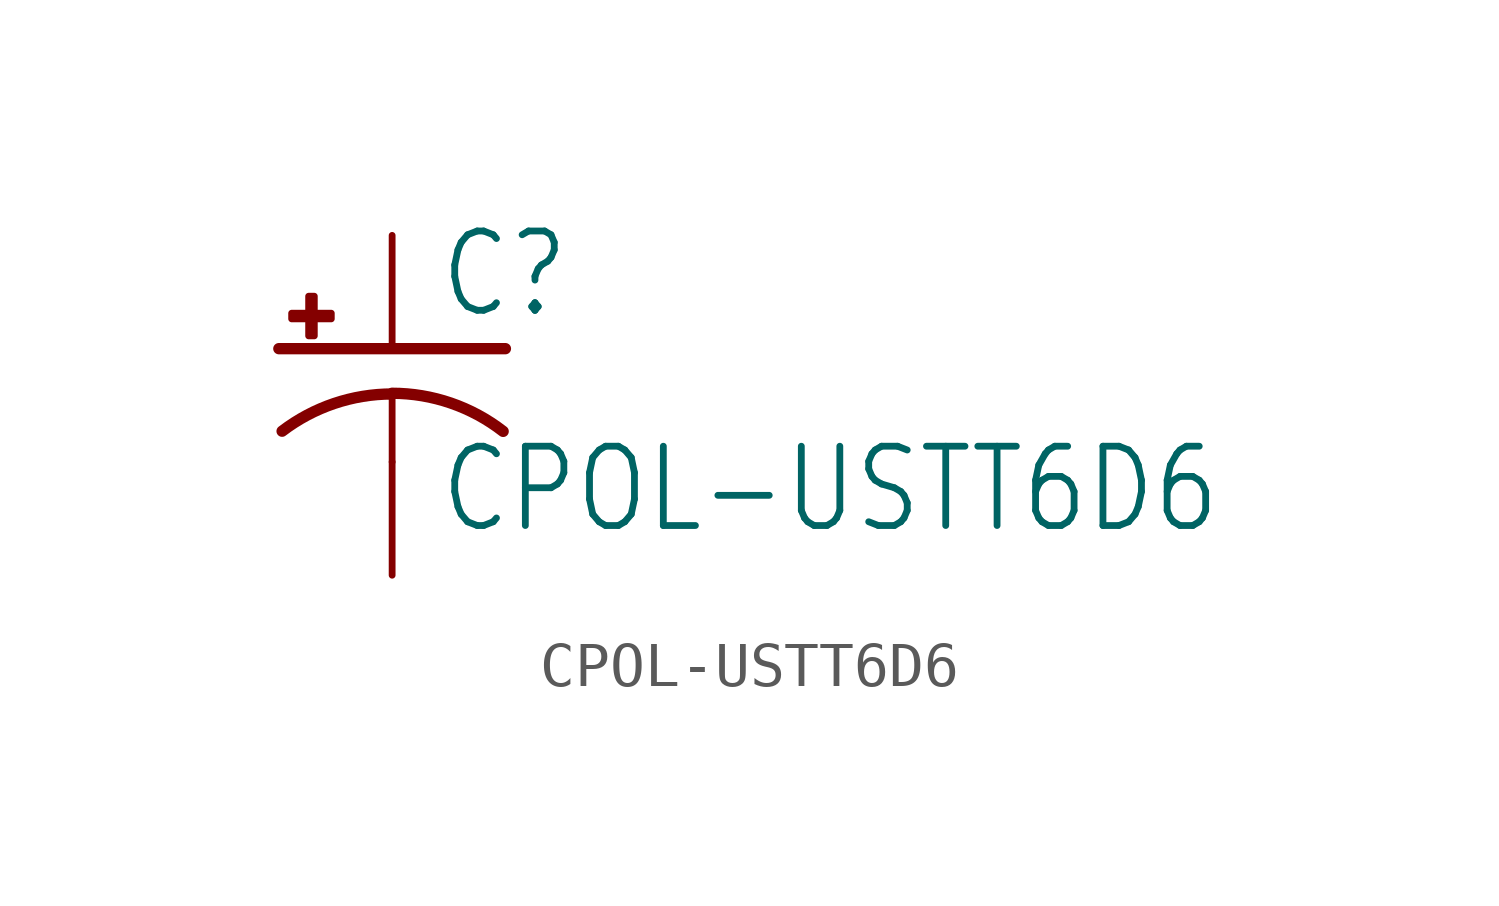
<source format=kicad_sym>
(kicad_symbol_lib
  (version 20211014)
  (generator kicad_symbol_editor)
  (symbol "CPOL-USTT6D6"
    (property "Reference" "C"
      (at 1.016 0.635 0)
      (effects (font (size 1.778 1.511)) (justify left bottom)))
    (property "Value" "CPOL-USTT6D6"
      (at 1.016 -4.191 0)
      (effects (font (size 1.778 1.511)) (justify left bottom)))
    (property "ki_locked" ""
      (at 0 0 0)
      (effects (font (size 1.27 1.27))))
    (symbol "CPOL-USTT6D6_1_0"
      (rectangle (start -2.253 0.668) (end -1.364 0.795) (stroke (width 0) (type default) (color 0 0 0 0)) (fill (type outline)))
      (rectangle (start -1.872 0.287) (end -1.745 1.176) (stroke (width 0) (type default) (color 0 0 0 0)) (fill (type outline)))
      (arc (start 0 -1.0161) (mid -1.3021 -1.2302) (end -2.4669 -1.8504) (stroke (width 0.254) (type default) (color 0 0 0 0)) (fill (type none)))
      (polyline (pts (xy -2.54 0) (xy 2.54 0)) (stroke (width 0.254) (type default) (color 0 0 0 0)) (fill (type none)))
      (polyline (pts (xy 0 -1.016) (xy 0 -2.54)) (stroke (width 0.152) (type default) (color 0 0 0 0)) (fill (type none)))
      (arc (start 2.4892 -1.8542) (mid 1.3158 -1.2195) (end 0 -1) (stroke (width 0.254) (type default) (color 0 0 0 0)) (fill (type none)))
      (pin passive line (at 0 2.54 270) (length 2.54) (name "+" (effects (font (size 0 0)))) (number "+" (effects (font (size 0 0)))))
      (pin passive line (at 0 -5.08 90) (length 2.54) (name "-" (effects (font (size 0 0)))) (number "-" (effects (font (size 0 0))))))))
</source>
